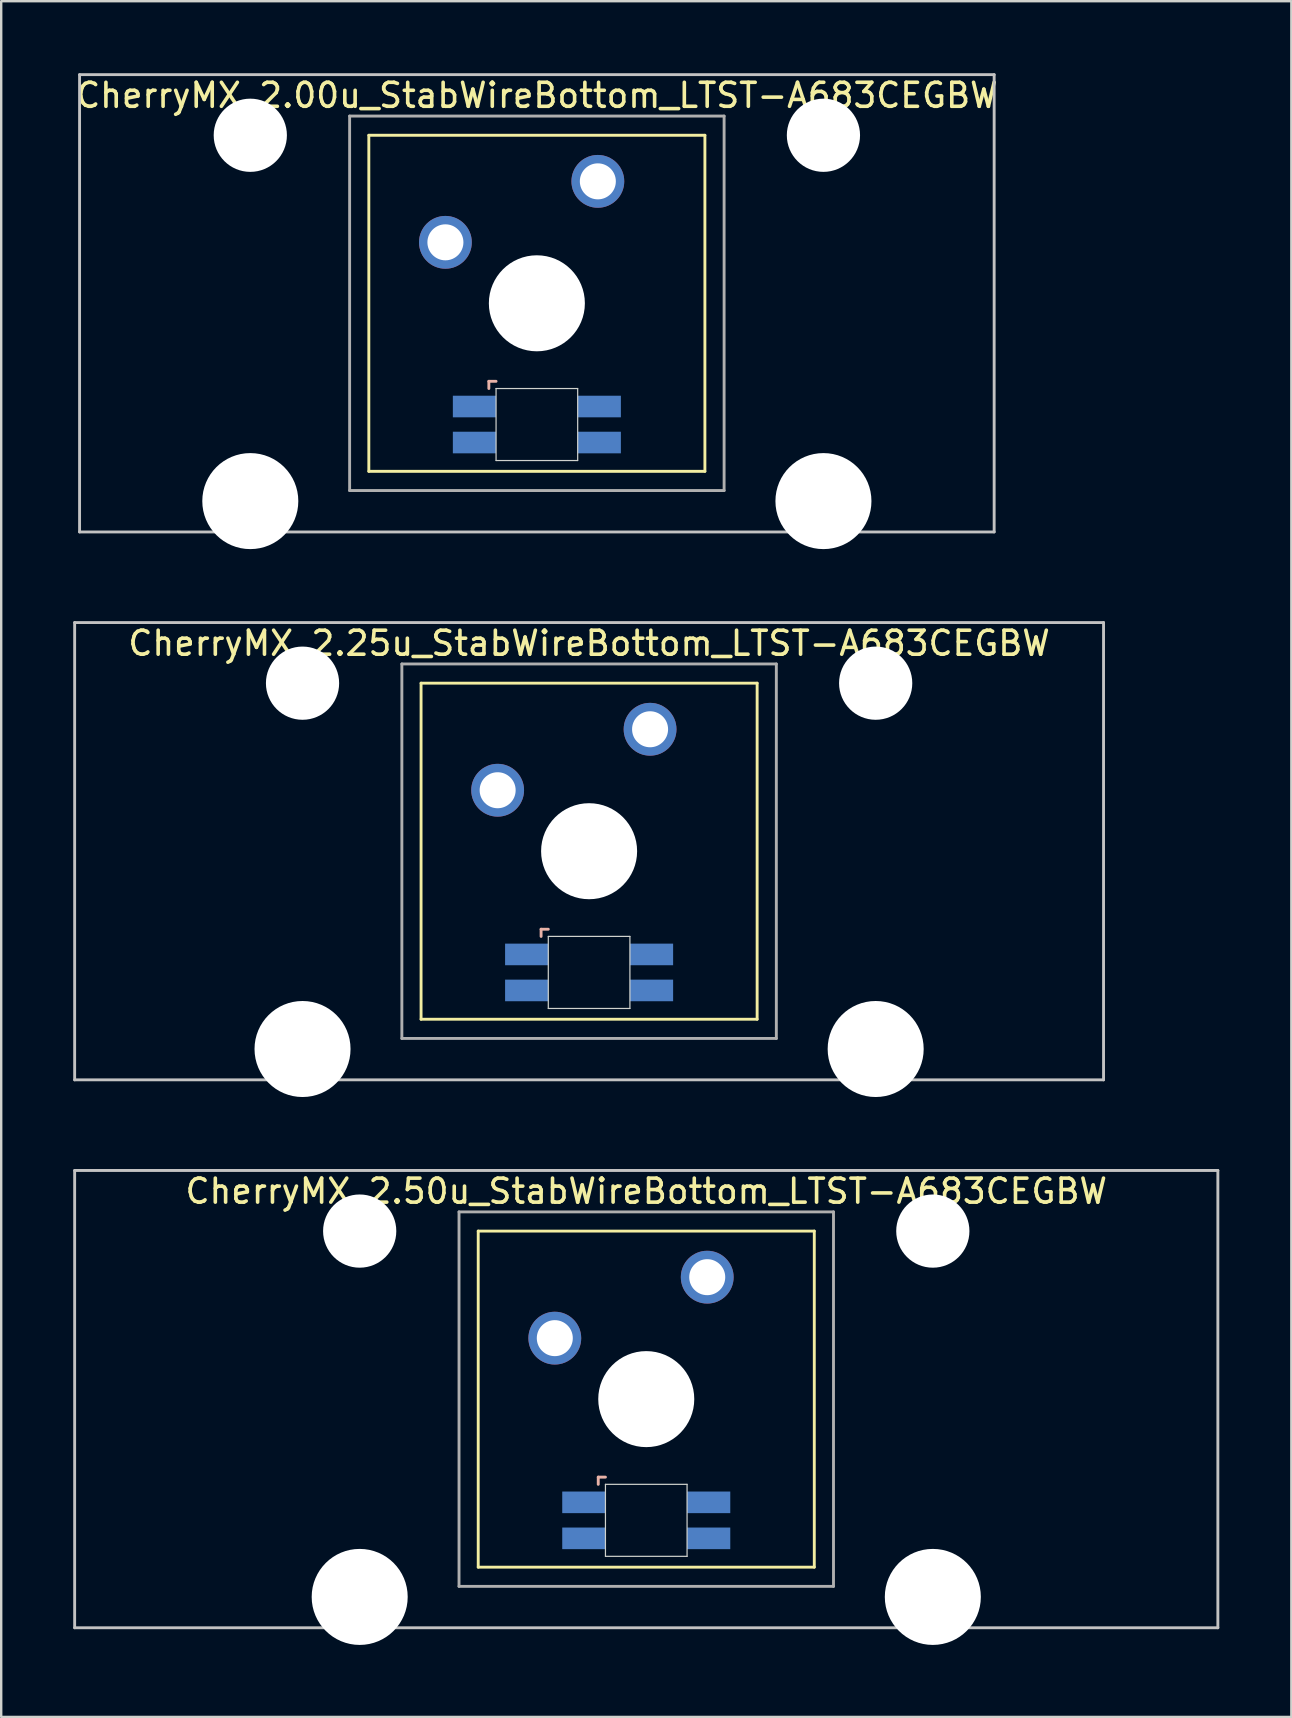
<source format=kicad_pcb>
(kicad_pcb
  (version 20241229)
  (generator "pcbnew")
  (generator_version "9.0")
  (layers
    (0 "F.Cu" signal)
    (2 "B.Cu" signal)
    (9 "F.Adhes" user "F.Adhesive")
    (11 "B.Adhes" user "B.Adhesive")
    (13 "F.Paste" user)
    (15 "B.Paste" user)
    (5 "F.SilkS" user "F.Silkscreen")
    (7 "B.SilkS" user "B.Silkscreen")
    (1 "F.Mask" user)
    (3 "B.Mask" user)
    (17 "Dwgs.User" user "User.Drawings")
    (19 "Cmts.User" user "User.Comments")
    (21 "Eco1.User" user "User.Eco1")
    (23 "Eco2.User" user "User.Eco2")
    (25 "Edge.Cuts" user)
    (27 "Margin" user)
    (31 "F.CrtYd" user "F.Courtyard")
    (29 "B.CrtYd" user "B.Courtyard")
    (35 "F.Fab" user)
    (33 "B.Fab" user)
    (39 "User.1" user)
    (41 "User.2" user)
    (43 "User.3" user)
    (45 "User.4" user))
  (footprint "CherryMX_2.00u_StabWireBottom_LTST-A683CEGBW"
    (layer "F.Cu")
    (at 19.315 9.585)
    (property "Reference" "CherryMX_2.00u_StabWireBottom_LTST-A683CEGBW" (at 0 -8.662 0) (layer "F.SilkS") (effects (font (size 1 1) (thickness 0.15))))
    (attr through_hole)
    (fp_line (start -7 -7) (end -7 7) (stroke (width 0.12) (type solid)) (layer "F.SilkS"))
    (fp_line (start -7 -7) (end 7 -7) (stroke (width 0.12) (type solid)) (layer "F.SilkS"))
    (fp_line (start 7 -7) (end 7 7) (stroke (width 0.12) (type solid)) (layer "F.SilkS"))
    (fp_line (start 7 7) (end -7 7) (stroke (width 0.12) (type solid)) (layer "F.SilkS"))
    (fp_line (start -2 3.25) (end -2 3.55) (stroke (width 0.12) (type solid)) (layer "B.SilkS"))
    (fp_line (start -1.7 3.25) (end -2 3.25) (stroke (width 0.12) (type solid)) (layer "B.SilkS"))
    (fp_line (start -19.05 -9.525) (end 19.05 -9.525) (stroke (width 0.12) (type solid)) (layer "Dwgs.User"))
    (fp_line (start -19.05 9.525) (end -19.05 -9.525) (stroke (width 0.12) (type solid)) (layer "Dwgs.User"))
    (fp_line (start 19.05 -9.525) (end 19.05 9.525) (stroke (width 0.12) (type solid)) (layer "Dwgs.User"))
    (fp_line (start 19.05 9.525) (end -19.05 9.525) (stroke (width 0.12) (type solid)) (layer "Dwgs.User"))
    (fp_line (start -1.7 3.55) (end 1.7 3.55) (stroke (width 0.05) (type solid)) (layer "Edge.Cuts"))
    (fp_line (start -1.7 6.55) (end -1.7 3.55) (stroke (width 0.05) (type solid)) (layer "Edge.Cuts"))
    (fp_line (start 1.7 3.55) (end 1.7 6.55) (stroke (width 0.05) (type solid)) (layer "Edge.Cuts"))
    (fp_line (start 1.7 6.55) (end -1.7 6.55) (stroke (width 0.05) (type solid)) (layer "Edge.Cuts"))
    (fp_line (start -7.8 -7.8) (end -7.8 7.8) (stroke (width 0.12) (type solid)) (layer "F.Fab"))
    (fp_line (start -7.8 -7.8) (end 7.8 -7.8) (stroke (width 0.12) (type solid)) (layer "F.Fab"))
    (fp_line (start -7.8 7.8) (end 7.8 7.8) (stroke (width 0.12) (type solid)) (layer "F.Fab"))
    (fp_line (start 7.8 -7.8) (end 7.8 7.8) (stroke (width 0.12) (type solid)) (layer "F.Fab"))
    (pad "" np_thru_hole circle (at -11.938 -7) (size 3.05 3.05) (drill 3.05) (layers "*.Cu" "*.Mask"))
    (pad "" np_thru_hole circle (at -11.938 8.24) (size 4 4) (drill 4) (layers "*.Cu" "*.Mask"))
    (pad "" np_thru_hole circle (at 0 0) (size 4 4) (drill 4) (layers "*.Cu" "*.Mask"))
    (pad "" np_thru_hole circle (at 11.938 -7) (size 3.05 3.05) (drill 3.05) (layers "*.Cu" "*.Mask"))
    (pad "" np_thru_hole circle (at 11.938 8.24) (size 4 4) (drill 4) (layers "*.Cu" "*.Mask"))
    (pad "1" thru_hole circle (at -3.81 -2.54) (size 2.2 2.2) (drill 1.5) (layers "*.Cu" "*.Mask"))
    (pad "2" thru_hole circle (at 2.54 -5.08) (size 2.2 2.2) (drill 1.5) (layers "*.Cu" "*.Mask"))
    (pad "3" smd rect (at -2.6 4.3) (size 1.8 0.9) (layers "B.Cu" "B.Mask" "B.Paste"))
    (pad "4" smd rect (at -2.6 5.8) (size 1.8 0.9) (layers "B.Cu" "B.Mask" "B.Paste"))
    (pad "5" smd rect (at 2.6 4.3) (size 1.8 0.9) (layers "B.Cu" "B.Mask" "B.Paste"))
    (pad "6" smd rect (at 2.6 5.8) (size 1.8 0.9) (layers "B.Cu" "B.Mask" "B.Paste")))
  (footprint "CherryMX_2.50u_StabWireBottom_LTST-A683CEGBW"
    (layer "F.Cu")
    (at 23.872 55.235)
    (property "Reference" "CherryMX_2.50u_StabWireBottom_LTST-A683CEGBW" (at 0 -8.662 0) (layer "F.SilkS") (effects (font (size 1 1) (thickness 0.15))))
    (attr through_hole)
    (fp_line (start -7 -7) (end -7 7) (stroke (width 0.12) (type solid)) (layer "F.SilkS"))
    (fp_line (start -7 -7) (end 7 -7) (stroke (width 0.12) (type solid)) (layer "F.SilkS"))
    (fp_line (start 7 -7) (end 7 7) (stroke (width 0.12) (type solid)) (layer "F.SilkS"))
    (fp_line (start 7 7) (end -7 7) (stroke (width 0.12) (type solid)) (layer "F.SilkS"))
    (fp_line (start -2 3.25) (end -2 3.55) (stroke (width 0.12) (type solid)) (layer "B.SilkS"))
    (fp_line (start -1.7 3.25) (end -2 3.25) (stroke (width 0.12) (type solid)) (layer "B.SilkS"))
    (fp_line (start -23.812 -9.525) (end 23.812 -9.525) (stroke (width 0.12) (type solid)) (layer "Dwgs.User"))
    (fp_line (start -23.812 9.525) (end -23.812 -9.525) (stroke (width 0.12) (type solid)) (layer "Dwgs.User"))
    (fp_line (start 23.812 -9.525) (end 23.812 9.525) (stroke (width 0.12) (type solid)) (layer "Dwgs.User"))
    (fp_line (start 23.812 9.525) (end -23.812 9.525) (stroke (width 0.12) (type solid)) (layer "Dwgs.User"))
    (fp_line (start -1.7 3.55) (end 1.7 3.55) (stroke (width 0.05) (type solid)) (layer "Edge.Cuts"))
    (fp_line (start -1.7 6.55) (end -1.7 3.55) (stroke (width 0.05) (type solid)) (layer "Edge.Cuts"))
    (fp_line (start 1.7 3.55) (end 1.7 6.55) (stroke (width 0.05) (type solid)) (layer "Edge.Cuts"))
    (fp_line (start 1.7 6.55) (end -1.7 6.55) (stroke (width 0.05) (type solid)) (layer "Edge.Cuts"))
    (fp_line (start -7.8 -7.8) (end -7.8 7.8) (stroke (width 0.12) (type solid)) (layer "F.Fab"))
    (fp_line (start -7.8 -7.8) (end 7.8 -7.8) (stroke (width 0.12) (type solid)) (layer "F.Fab"))
    (fp_line (start -7.8 7.8) (end 7.8 7.8) (stroke (width 0.12) (type solid)) (layer "F.Fab"))
    (fp_line (start 7.8 -7.8) (end 7.8 7.8) (stroke (width 0.12) (type solid)) (layer "F.Fab"))
    (pad "" np_thru_hole circle (at -11.938 -7) (size 3.05 3.05) (drill 3.05) (layers "*.Cu" "*.Mask"))
    (pad "" np_thru_hole circle (at -11.938 8.24) (size 4 4) (drill 4) (layers "*.Cu" "*.Mask"))
    (pad "" np_thru_hole circle (at 0 0) (size 4 4) (drill 4) (layers "*.Cu" "*.Mask"))
    (pad "" np_thru_hole circle (at 11.938 -7) (size 3.05 3.05) (drill 3.05) (layers "*.Cu" "*.Mask"))
    (pad "" np_thru_hole circle (at 11.938 8.24) (size 4 4) (drill 4) (layers "*.Cu" "*.Mask"))
    (pad "1" thru_hole circle (at -3.81 -2.54) (size 2.2 2.2) (drill 1.5) (layers "*.Cu" "*.Mask"))
    (pad "2" thru_hole circle (at 2.54 -5.08) (size 2.2 2.2) (drill 1.5) (layers "*.Cu" "*.Mask"))
    (pad "3" smd rect (at -2.6 4.3) (size 1.8 0.9) (layers "B.Cu" "B.Mask" "B.Paste"))
    (pad "4" smd rect (at -2.6 5.8) (size 1.8 0.9) (layers "B.Cu" "B.Mask" "B.Paste"))
    (pad "5" smd rect (at 2.6 4.3) (size 1.8 0.9) (layers "B.Cu" "B.Mask" "B.Paste"))
    (pad "6" smd rect (at 2.6 5.8) (size 1.8 0.9) (layers "B.Cu" "B.Mask" "B.Paste")))
  (footprint "CherryMX_2.25u_StabWireBottom_LTST-A683CEGBW"
    (layer "F.Cu")
    (at 21.491 32.41)
    (property "Reference" "CherryMX_2.25u_StabWireBottom_LTST-A683CEGBW" (at 0 -8.662 0) (layer "F.SilkS") (effects (font (size 1 1) (thickness 0.15))))
    (attr through_hole)
    (fp_line (start -7 -7) (end -7 7) (stroke (width 0.12) (type solid)) (layer "F.SilkS"))
    (fp_line (start -7 -7) (end 7 -7) (stroke (width 0.12) (type solid)) (layer "F.SilkS"))
    (fp_line (start 7 -7) (end 7 7) (stroke (width 0.12) (type solid)) (layer "F.SilkS"))
    (fp_line (start 7 7) (end -7 7) (stroke (width 0.12) (type solid)) (layer "F.SilkS"))
    (fp_line (start -2 3.25) (end -2 3.55) (stroke (width 0.12) (type solid)) (layer "B.SilkS"))
    (fp_line (start -1.7 3.25) (end -2 3.25) (stroke (width 0.12) (type solid)) (layer "B.SilkS"))
    (fp_line (start -21.431 -9.525) (end 21.431 -9.525) (stroke (width 0.12) (type solid)) (layer "Dwgs.User"))
    (fp_line (start -21.431 9.525) (end -21.431 -9.525) (stroke (width 0.12) (type solid)) (layer "Dwgs.User"))
    (fp_line (start 21.431 -9.525) (end 21.431 9.525) (stroke (width 0.12) (type solid)) (layer "Dwgs.User"))
    (fp_line (start 21.431 9.525) (end -21.431 9.525) (stroke (width 0.12) (type solid)) (layer "Dwgs.User"))
    (fp_line (start -1.7 3.55) (end 1.7 3.55) (stroke (width 0.05) (type solid)) (layer "Edge.Cuts"))
    (fp_line (start -1.7 6.55) (end -1.7 3.55) (stroke (width 0.05) (type solid)) (layer "Edge.Cuts"))
    (fp_line (start 1.7 3.55) (end 1.7 6.55) (stroke (width 0.05) (type solid)) (layer "Edge.Cuts"))
    (fp_line (start 1.7 6.55) (end -1.7 6.55) (stroke (width 0.05) (type solid)) (layer "Edge.Cuts"))
    (fp_line (start -7.8 -7.8) (end -7.8 7.8) (stroke (width 0.12) (type solid)) (layer "F.Fab"))
    (fp_line (start -7.8 -7.8) (end 7.8 -7.8) (stroke (width 0.12) (type solid)) (layer "F.Fab"))
    (fp_line (start -7.8 7.8) (end 7.8 7.8) (stroke (width 0.12) (type solid)) (layer "F.Fab"))
    (fp_line (start 7.8 -7.8) (end 7.8 7.8) (stroke (width 0.12) (type solid)) (layer "F.Fab"))
    (pad "" np_thru_hole circle (at -11.938 -7) (size 3.05 3.05) (drill 3.05) (layers "*.Cu" "*.Mask"))
    (pad "" np_thru_hole circle (at -11.938 8.24) (size 4 4) (drill 4) (layers "*.Cu" "*.Mask"))
    (pad "" np_thru_hole circle (at 0 0) (size 4 4) (drill 4) (layers "*.Cu" "*.Mask"))
    (pad "" np_thru_hole circle (at 11.938 -7) (size 3.05 3.05) (drill 3.05) (layers "*.Cu" "*.Mask"))
    (pad "" np_thru_hole circle (at 11.938 8.24) (size 4 4) (drill 4) (layers "*.Cu" "*.Mask"))
    (pad "1" thru_hole circle (at -3.81 -2.54) (size 2.2 2.2) (drill 1.5) (layers "*.Cu" "*.Mask"))
    (pad "2" thru_hole circle (at 2.54 -5.08) (size 2.2 2.2) (drill 1.5) (layers "*.Cu" "*.Mask"))
    (pad "3" smd rect (at -2.6 4.3) (size 1.8 0.9) (layers "B.Cu" "B.Mask" "B.Paste"))
    (pad "4" smd rect (at -2.6 5.8) (size 1.8 0.9) (layers "B.Cu" "B.Mask" "B.Paste"))
    (pad "5" smd rect (at 2.6 4.3) (size 1.8 0.9) (layers "B.Cu" "B.Mask" "B.Paste"))
    (pad "6" smd rect (at 2.6 5.8) (size 1.8 0.9) (layers "B.Cu" "B.Mask" "B.Paste")))
  (gr_rect
    (start -3 -3)
    (end 50.745 68.475)
    (stroke (width 0.1) (type default))
    (fill no)
    (layer "Edge.Cuts")))
</source>
